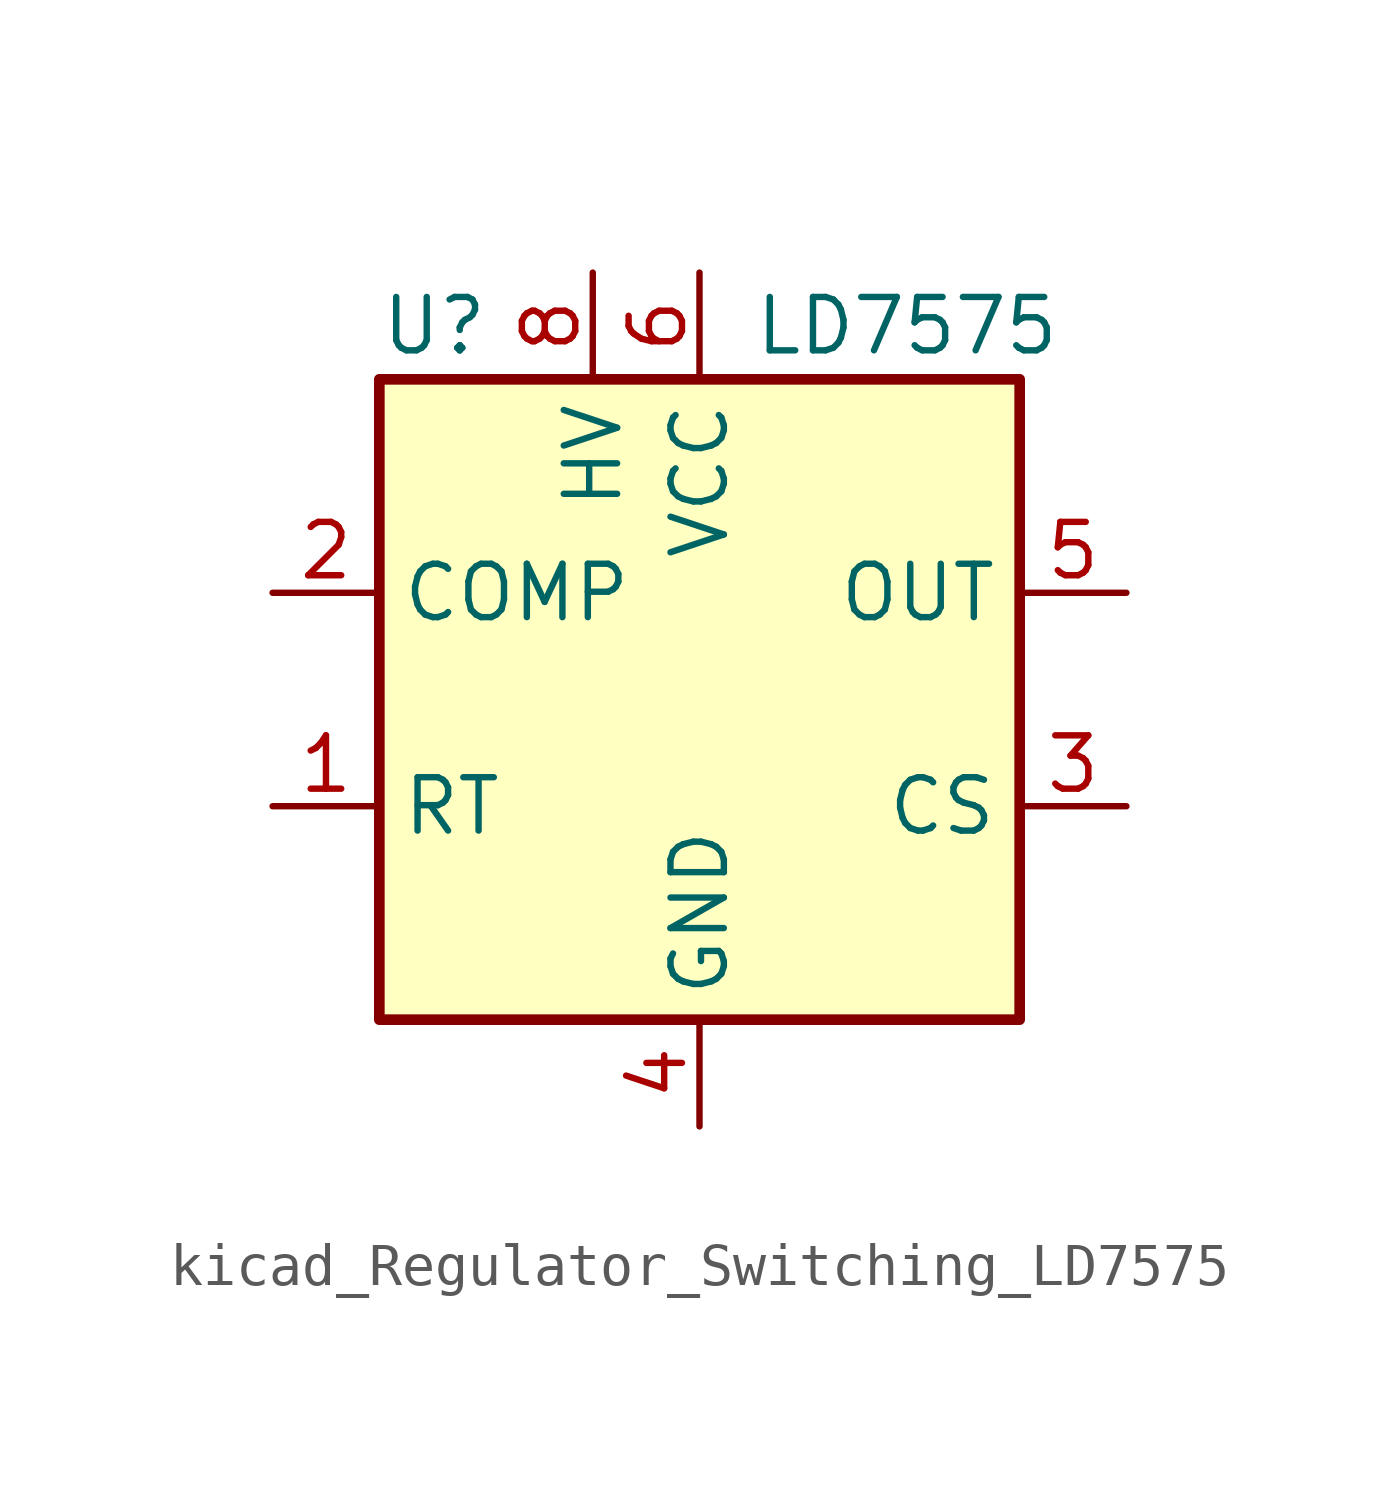
<source format=kicad_sym>
(kicad_symbol_lib
  (version 20220914)
  (generator kicad_symbol_editor)
  (symbol "kicad_Regulator_Switching_LD7575"
    (property "Reference" "U"
      (at -7.62 8.89 0)
      (effects (font (size 1.27 1.27)) (justify left)))
    (property "Value" "LD7575"
      (at 1.27 8.89 0)
      (effects (font (size 1.27 1.27)) (justify left)))
    (symbol "kicad_Regulator_Switching_LD7575_0_1"
      (rectangle (start -7.62 7.62) (end 7.62 -7.62) (stroke (width 0.254) (type default)) (fill (type background))))
    (symbol "kicad_Regulator_Switching_LD7575_1_1"
      (pin passive line (at -10.16 -2.54 0) (length 2.54) (name "RT" (effects (font (size 1.27 1.27)))) (number "1" (effects (font (size 1.27 1.27)))))
      (pin passive line (at -10.16 2.54 0) (length 2.54) (name "COMP" (effects (font (size 1.27 1.27)))) (number "2" (effects (font (size 1.27 1.27)))))
      (pin input line (at 10.16 -2.54 180) (length 2.54) (name "CS" (effects (font (size 1.27 1.27)))) (number "3" (effects (font (size 1.27 1.27)))))
      (pin power_in line (at 0 -10.16 90) (length 2.54) (name "GND" (effects (font (size 1.27 1.27)))) (number "4" (effects (font (size 1.27 1.27)))))
      (pin output line (at 10.16 2.54 180) (length 2.54) (name "OUT" (effects (font (size 1.27 1.27)))) (number "5" (effects (font (size 1.27 1.27)))))
      (pin power_in line (at 0 10.16 270) (length 2.54) (name "VCC" (effects (font (size 1.27 1.27)))) (number "6" (effects (font (size 1.27 1.27)))))
      (pin no_connect line (at 7.62 0 180) (length 2.54) hide (name "NC" (effects (font (size 1.27 1.27)))) (number "7" (effects (font (size 1.27 1.27)))))
      (pin passive line (at -2.54 10.16 270) (length 2.54) (name "HV" (effects (font (size 1.27 1.27)))) (number "8" (effects (font (size 1.27 1.27))))))))
</source>
